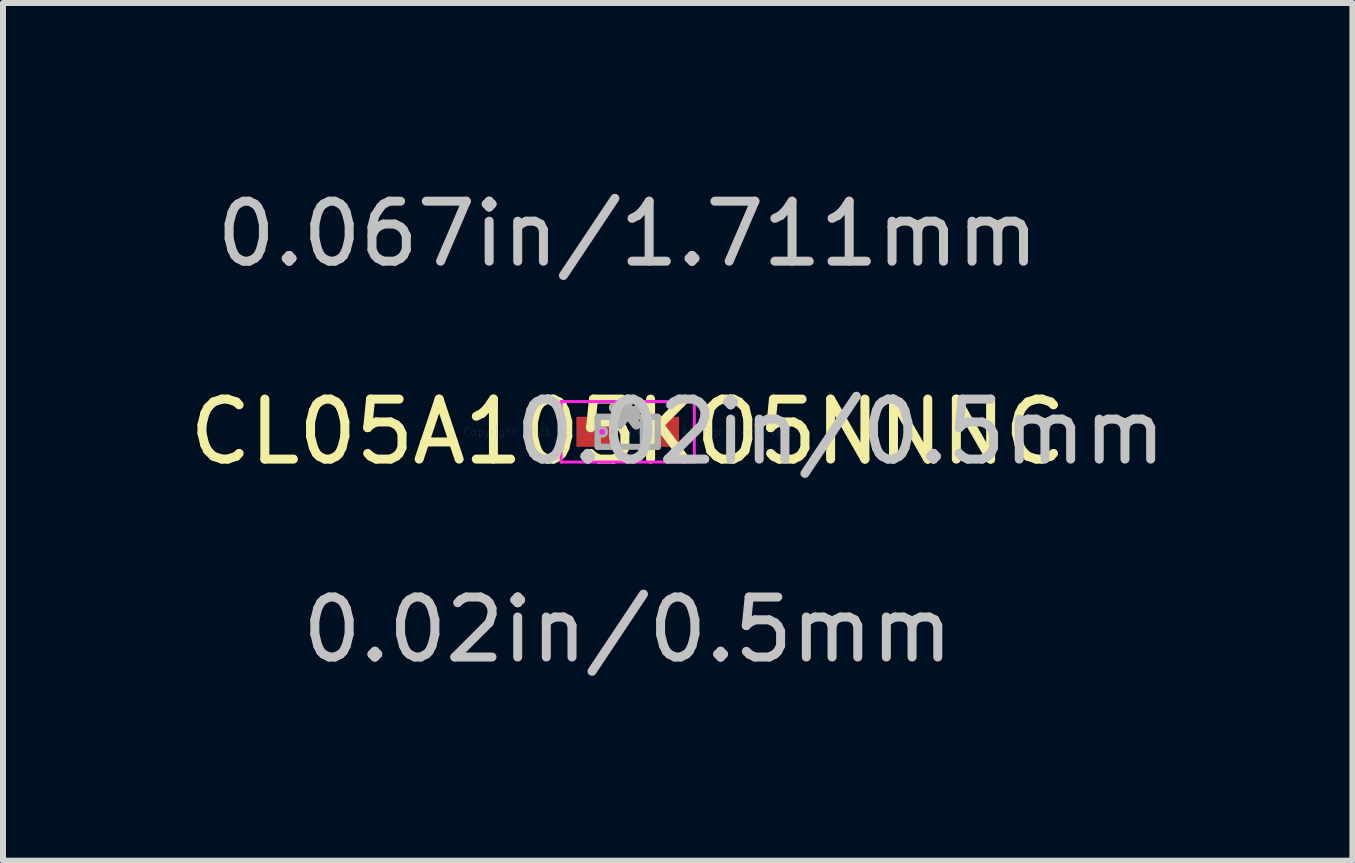
<source format=kicad_pcb>
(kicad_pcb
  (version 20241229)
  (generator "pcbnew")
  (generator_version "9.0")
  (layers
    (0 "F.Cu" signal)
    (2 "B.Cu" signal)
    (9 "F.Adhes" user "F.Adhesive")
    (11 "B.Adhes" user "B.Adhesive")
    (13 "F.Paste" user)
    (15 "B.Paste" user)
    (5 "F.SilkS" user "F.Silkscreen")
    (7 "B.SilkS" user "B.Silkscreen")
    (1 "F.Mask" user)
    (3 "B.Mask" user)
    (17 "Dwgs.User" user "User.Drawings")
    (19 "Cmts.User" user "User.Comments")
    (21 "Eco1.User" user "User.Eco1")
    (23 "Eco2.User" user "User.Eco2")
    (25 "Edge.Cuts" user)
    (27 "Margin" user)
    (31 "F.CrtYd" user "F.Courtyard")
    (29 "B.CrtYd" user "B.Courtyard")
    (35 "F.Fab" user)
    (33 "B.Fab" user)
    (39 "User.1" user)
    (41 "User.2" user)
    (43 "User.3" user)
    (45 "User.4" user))
  (footprint "CL05A105KO5NNNC"
    (layer "F.Cu")
    (at 7.411 4.146)
    (property "Reference" "CL05A105KO5NNNC" (at 0 0 0) (layer "F.SilkS") (effects (font (size 1 1) (thickness 0.15))))
    (attr through_hole)
    (fp_line (start -1.11 -0.504) (end 1.11 -0.504) (stroke (width 0.05) (type solid)) (layer "F.CrtYd"))
    (fp_line (start -1.11 0.504) (end -1.11 -0.504) (stroke (width 0.05) (type solid)) (layer "F.CrtYd"))
    (fp_line (start 1.11 -0.504) (end 1.11 0.504) (stroke (width 0.05) (type solid)) (layer "F.CrtYd"))
    (fp_line (start 1.11 0.504) (end -1.11 0.504) (stroke (width 0.05) (type solid)) (layer "F.CrtYd"))
    (fp_circle (center -0.426 0) (end -0.426 0) (stroke (width 0.05) (type solid)) (fill no) (layer "F.CrtYd"))
    (fp_line (start -0.5 -0.25) (end -0.5 0.25) (stroke (width 0.1) (type solid)) (layer "F.Fab"))
    (fp_line (start -0.5 -0.25) (end -0.5 0.25) (stroke (width 0.1) (type solid)) (layer "F.Fab"))
    (fp_line (start -0.5 0.25) (end -0.25 0.25) (stroke (width 0.1) (type solid)) (layer "F.Fab"))
    (fp_line (start -0.5 0.25) (end 0.5 0.25) (stroke (width 0.1) (type solid)) (layer "F.Fab"))
    (fp_line (start -0.25 -0.25) (end -0.5 -0.25) (stroke (width 0.1) (type solid)) (layer "F.Fab"))
    (fp_line (start -0.25 0.25) (end -0.25 -0.25) (stroke (width 0.1) (type solid)) (layer "F.Fab"))
    (fp_line (start 0.25 -0.25) (end 0.25 0.25) (stroke (width 0.1) (type solid)) (layer "F.Fab"))
    (fp_line (start 0.25 0.25) (end 0.5 0.25) (stroke (width 0.1) (type solid)) (layer "F.Fab"))
    (fp_line (start 0.5 -0.25) (end -0.5 -0.25) (stroke (width 0.1) (type solid)) (layer "F.Fab"))
    (fp_line (start 0.5 -0.25) (end 0.25 -0.25) (stroke (width 0.1) (type solid)) (layer "F.Fab"))
    (fp_line (start 0.5 0.25) (end 0.5 -0.25) (stroke (width 0.1) (type solid)) (layer "F.Fab"))
    (fp_line (start 0.5 0.25) (end 0.5 -0.25) (stroke (width 0.1) (type solid)) (layer "F.Fab"))
    (fp_circle (center -0.426 0) (end -0.426 0) (stroke (width 0.1) (type solid)) (fill no) (layer "F.Fab"))
    (fp_text user "*" (at 0 0 0) (layer "F.SilkS") (effects (font (size 1 1) (thickness 0.15))))
    (fp_text user "0.02in/0.5mm" (at 3.548 0 0) (layer "Dwgs.User") (effects (font (size 1 1) (thickness 0.15))))
    (fp_text user "0.067in/1.711mm" (at 0 -3.298 0) (layer "Dwgs.User") (effects (font (size 1 1) (thickness 0.15))))
    (fp_text user "0.02in/0.5mm" (at 0 3.298 0) (layer "Dwgs.User") (effects (font (size 1 1) (thickness 0.15))))
    (fp_text user "Copyright 2021 Accelerated Designs. All rights reserved." (at 0 0 0) (layer "Cmts.User") (effects (font (size 0.127 0.127) (thickness 0.002))))
    (fp_text user "*" (at 0 0 0) (layer "F.Fab") (effects (font (size 1 1) (thickness 0.15))))
    (pad "1" smd rect (at -0.553 0) (size 0.606 0.5) (layers "F.Cu" "F.Mask" "F.Paste"))
    (pad "2" smd rect (at 0.553 0) (size 0.606 0.5) (layers "F.Cu" "F.Mask" "F.Paste")))
  (gr_rect
    (start -3 -3)
    (end 19.488 11.293)
    (stroke (width 0.1) (type default))
    (fill no)
    (layer "Edge.Cuts")))
</source>
